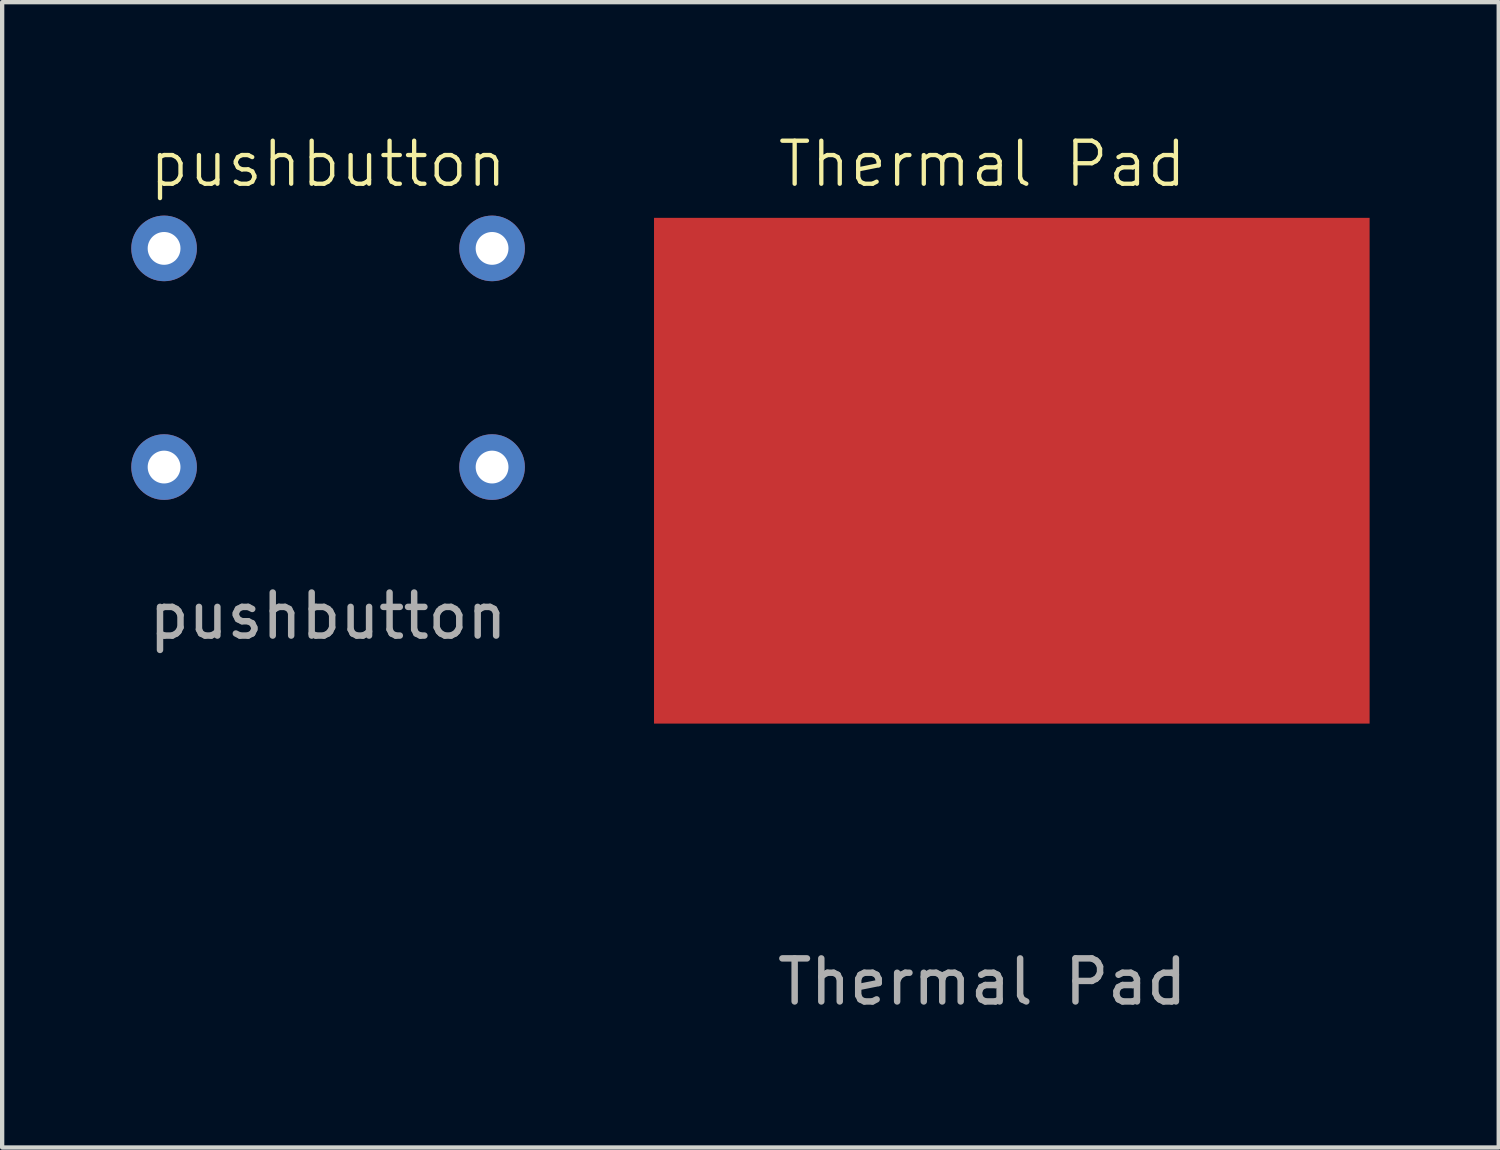
<source format=kicad_pcb>
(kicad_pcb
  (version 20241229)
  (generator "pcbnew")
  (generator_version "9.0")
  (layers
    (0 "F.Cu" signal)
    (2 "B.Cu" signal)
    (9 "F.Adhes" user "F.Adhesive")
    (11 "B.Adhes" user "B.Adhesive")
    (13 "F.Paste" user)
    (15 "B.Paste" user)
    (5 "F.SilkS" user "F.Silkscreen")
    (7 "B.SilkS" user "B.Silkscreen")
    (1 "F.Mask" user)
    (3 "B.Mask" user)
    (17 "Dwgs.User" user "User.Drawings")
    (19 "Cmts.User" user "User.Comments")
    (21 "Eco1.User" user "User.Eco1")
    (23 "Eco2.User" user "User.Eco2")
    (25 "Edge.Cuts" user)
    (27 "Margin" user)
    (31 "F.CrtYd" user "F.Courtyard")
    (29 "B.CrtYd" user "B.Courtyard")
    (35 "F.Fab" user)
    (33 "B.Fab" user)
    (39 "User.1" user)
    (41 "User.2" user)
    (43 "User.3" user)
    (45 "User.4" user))
  (footprint "Thermal Pad"
    (layer "F.Cu")
    (at 19.769 7.261)
    (property "Reference" "Thermal Pad" (at 0 -6.5 0) (unlocked yes) (layer "F.SilkS") (effects (font (size 1 1) (thickness 0.1))))
    (attr smd)
    (fp_text user "${REFERENCE}" (at 0 12.5 0) (unlocked yes) (layer "F.Fab") (effects (font (size 1 1) (thickness 0.15))))
    (pad "1" smd rect (at 0.688 0.625) (size 16.625 11.75) (layers "F.Cu" "F.Mask" "F.Paste")))
  (footprint "pushbutton"
    (layer "F.Cu")
    (at 4.572 5.261)
    (property "Reference" "pushbutton" (at 0 -4.5 0) (unlocked yes) (layer "F.SilkS") (effects (font (size 1 1) (thickness 0.1))))
    (attr through_hole)
    (fp_text user "${REFERENCE}" (at 0 6 0) (unlocked yes) (layer "F.Fab") (effects (font (size 1 1) (thickness 0.15))))
    (pad "1" thru_hole circle (at -3.81 -2.54) (size 1.524 1.524) (drill 0.762) (layers "*.Cu" "*.Mask"))
    (pad "1" thru_hole circle (at 3.81 -2.54) (size 1.524 1.524) (drill 0.762) (layers "*.Cu" "*.Mask"))
    (pad "2" thru_hole circle (at -3.81 2.54) (size 1.524 1.524) (drill 0.762) (layers "*.Cu" "*.Mask"))
    (pad "2" thru_hole circle (at 3.81 2.54) (size 1.524 1.524) (drill 0.762) (layers "*.Cu" "*.Mask")))
  (gr_rect
    (start -3 -3)
    (end 31.769 23.609)
    (stroke (width 0.1) (type default))
    (fill no)
    (layer "Edge.Cuts")))
</source>
